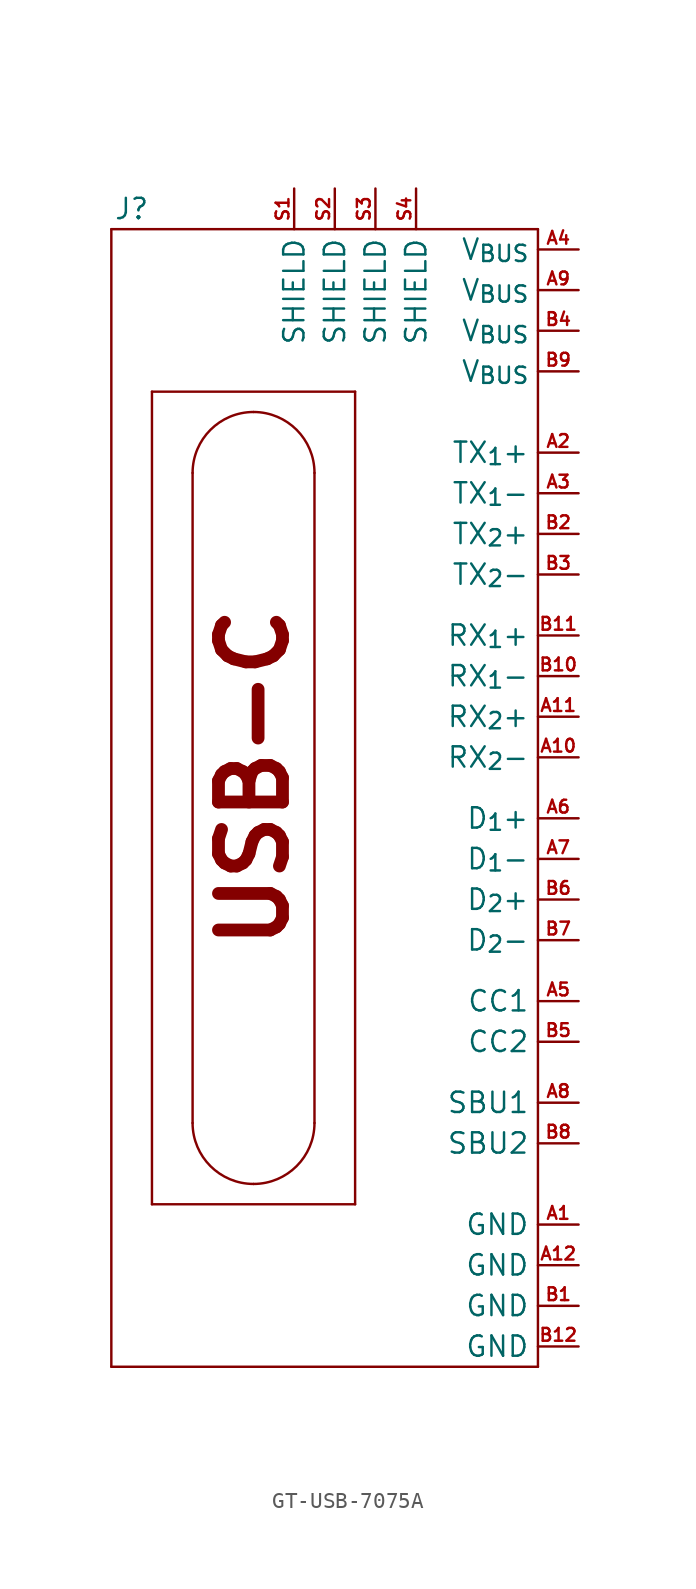
<source format=kicad_sym>
(kicad_symbol_lib
  (version 20220914)
  (generator kicad_symbol_editor)
  (symbol "GT-USB-7075A"
    (property "Reference" "J"
      (at -13.97 36.83 0)
      (effects (font (size 1.27 1.27))))
    (property "Value" ""
      (at 0 19.05 0)
      (effects (font (size 1.27 1.27))))
    (symbol "GT-USB-7075A_0_1"
      (arc (start -10.1601 -20.3199) (mid -9.0442 -23.014) (end -6.3501 -24.1299) (stroke (width 0) (type default)) (fill (type none)))
      (arc (start -6.3501 -24.1299) (mid -3.656 -23.014) (end -2.5401 -20.3199) (stroke (width 0) (type default)) (fill (type none)))
      (arc (start -6.35 24.13) (mid -9.0441 23.0141) (end -10.16 20.32) (stroke (width 0) (type default)) (fill (type none)))
      (arc (start -2.54 20.32) (mid -3.6559 23.0141) (end -6.35 24.13) (stroke (width 0) (type default)) (fill (type none)))
      (polyline (pts (xy -15.24 -35.56) (xy 11.43 -35.56)) (stroke (width 0) (type default)) (fill (type none)))
      (polyline (pts (xy -15.24 35.56) (xy -15.24 -35.56)) (stroke (width 0) (type default)) (fill (type none)))
      (polyline (pts (xy -15.24 35.56) (xy 11.43 35.56)) (stroke (width 0) (type default)) (fill (type none)))
      (polyline (pts (xy -12.7 -25.4) (xy 0 -25.4)) (stroke (width 0) (type default)) (fill (type none)))
      (polyline (pts (xy -12.7 25.4) (xy -12.7 -25.4)) (stroke (width 0) (type default)) (fill (type none)))
      (polyline (pts (xy -12.7 25.4) (xy 0 25.4)) (stroke (width 0) (type default)) (fill (type none)))
      (polyline (pts (xy -10.16 -20.32) (xy -10.16 20.32)) (stroke (width 0) (type default)) (fill (type none)))
      (polyline (pts (xy -2.54 20.32) (xy -2.54 -20.32)) (stroke (width 0) (type default)) (fill (type none)))
      (polyline (pts (xy 0 -25.4) (xy 0 25.4)) (stroke (width 0) (type default)) (fill (type none)))
      (polyline (pts (xy 11.43 35.56) (xy 11.43 -35.56)) (stroke (width 0) (type default)) (fill (type none))))
    (symbol "GT-USB-7075A_1_1"
      (text "USB-C" (at -6.35 1.27 900) (effects (font (size 4 4) bold)))
      (pin power_out line (at 13.97 -26.67 180) (length 2.54) (name "GND" (effects (font (size 1.27 1.27)))) (number "A1" (effects (font (size 0.8 0.8)))))
      (pin output line (at 13.97 2.54 180) (length 2.54) (name "RX_{2}-" (effects (font (size 1.27 1.27)))) (number "A10" (effects (font (size 0.8 0.8)))))
      (pin output line (at 13.97 5.08 180) (length 2.54) (name "RX_{2}+" (effects (font (size 1.27 1.27)))) (number "A11" (effects (font (size 0.8 0.8)))))
      (pin power_out line (at 13.97 -29.21 180) (length 2.54) (name "GND" (effects (font (size 1.27 1.27)))) (number "A12" (effects (font (size 0.8 0.8)))))
      (pin input line (at 13.97 21.59 180) (length 2.54) (name "TX_{1}+" (effects (font (size 1.27 1.27)))) (number "A2" (effects (font (size 0.8 0.8)))))
      (pin input line (at 13.97 19.05 180) (length 2.54) (name "TX_{1}-" (effects (font (size 1.27 1.27)))) (number "A3" (effects (font (size 0.8 0.8)))))
      (pin power_out line (at 13.97 34.29 180) (length 2.54) (name "V_{BUS}" (effects (font (size 1.27 1.27)))) (number "A4" (effects (font (size 0.8 0.8)))))
      (pin output line (at 13.97 -12.7 180) (length 2.54) (name "CC1" (effects (font (size 1.27 1.27)))) (number "A5" (effects (font (size 0.8 0.8)))))
      (pin bidirectional line (at 13.97 -1.27 180) (length 2.54) (name "D_{1}+" (effects (font (size 1.27 1.27)))) (number "A6" (effects (font (size 0.8 0.8)))))
      (pin bidirectional line (at 13.97 -3.81 180) (length 2.54) (name "D_{1}-" (effects (font (size 1.27 1.27)))) (number "A7" (effects (font (size 0.8 0.8)))))
      (pin bidirectional line (at 13.97 -19.05 180) (length 2.54) (name "SBU1" (effects (font (size 1.27 1.27)))) (number "A8" (effects (font (size 0.8 0.8)))))
      (pin power_out line (at 13.97 31.75 180) (length 2.54) (name "V_{BUS}" (effects (font (size 1.27 1.27)))) (number "A9" (effects (font (size 0.8 0.8)))))
      (pin power_out line (at 13.97 -31.75 180) (length 2.54) (name "GND" (effects (font (size 1.27 1.27)))) (number "B1" (effects (font (size 0.8 0.8)))))
      (pin output line (at 13.97 7.62 180) (length 2.54) (name "RX_{1}-" (effects (font (size 1.27 1.27)))) (number "B10" (effects (font (size 0.8 0.8)))))
      (pin output line (at 13.97 10.16 180) (length 2.54) (name "RX_{1}+" (effects (font (size 1.27 1.27)))) (number "B11" (effects (font (size 0.8 0.8)))))
      (pin power_out line (at 13.97 -34.29 180) (length 2.54) (name "GND" (effects (font (size 1.27 1.27)))) (number "B12" (effects (font (size 0.8 0.8)))))
      (pin input line (at 13.97 16.51 180) (length 2.54) (name "TX_{2}+" (effects (font (size 1.27 1.27)))) (number "B2" (effects (font (size 0.8 0.8)))))
      (pin input line (at 13.97 13.97 180) (length 2.54) (name "TX_{2}-" (effects (font (size 1.27 1.27)))) (number "B3" (effects (font (size 0.8 0.8)))))
      (pin power_out line (at 13.97 29.21 180) (length 2.54) (name "V_{BUS}" (effects (font (size 1.27 1.27)))) (number "B4" (effects (font (size 0.8 0.8)))))
      (pin output line (at 13.97 -15.24 180) (length 2.54) (name "CC2" (effects (font (size 1.27 1.27)))) (number "B5" (effects (font (size 0.8 0.8)))))
      (pin bidirectional line (at 13.97 -6.35 180) (length 2.54) (name "D_{2}+" (effects (font (size 1.27 1.27)))) (number "B6" (effects (font (size 0.8 0.8)))))
      (pin bidirectional line (at 13.97 -8.89 180) (length 2.54) (name "D_{2}-" (effects (font (size 1.27 1.27)))) (number "B7" (effects (font (size 0.8 0.8)))))
      (pin bidirectional line (at 13.97 -21.59 180) (length 2.54) (name "SBU2" (effects (font (size 1.27 1.27)))) (number "B8" (effects (font (size 0.8 0.8)))))
      (pin power_out line (at 13.97 26.67 180) (length 2.54) (name "V_{BUS}" (effects (font (size 1.27 1.27)))) (number "B9" (effects (font (size 0.8 0.8)))))
      (pin passive line (at -3.81 38.1 270) (length 2.54) (name "SHIELD" (effects (font (size 1.27 1.27)))) (number "S1" (effects (font (size 0.8 0.8)))))
      (pin passive line (at -1.27 38.1 270) (length 2.54) (name "SHIELD" (effects (font (size 1.27 1.27)))) (number "S2" (effects (font (size 0.8 0.8)))))
      (pin passive line (at 1.27 38.1 270) (length 2.54) (name "SHIELD" (effects (font (size 1.27 1.27)))) (number "S3" (effects (font (size 0.8 0.8)))))
      (pin passive line (at 3.81 38.1 270) (length 2.54) (name "SHIELD" (effects (font (size 1.27 1.27)))) (number "S4" (effects (font (size 0.8 0.8))))))))
</source>
